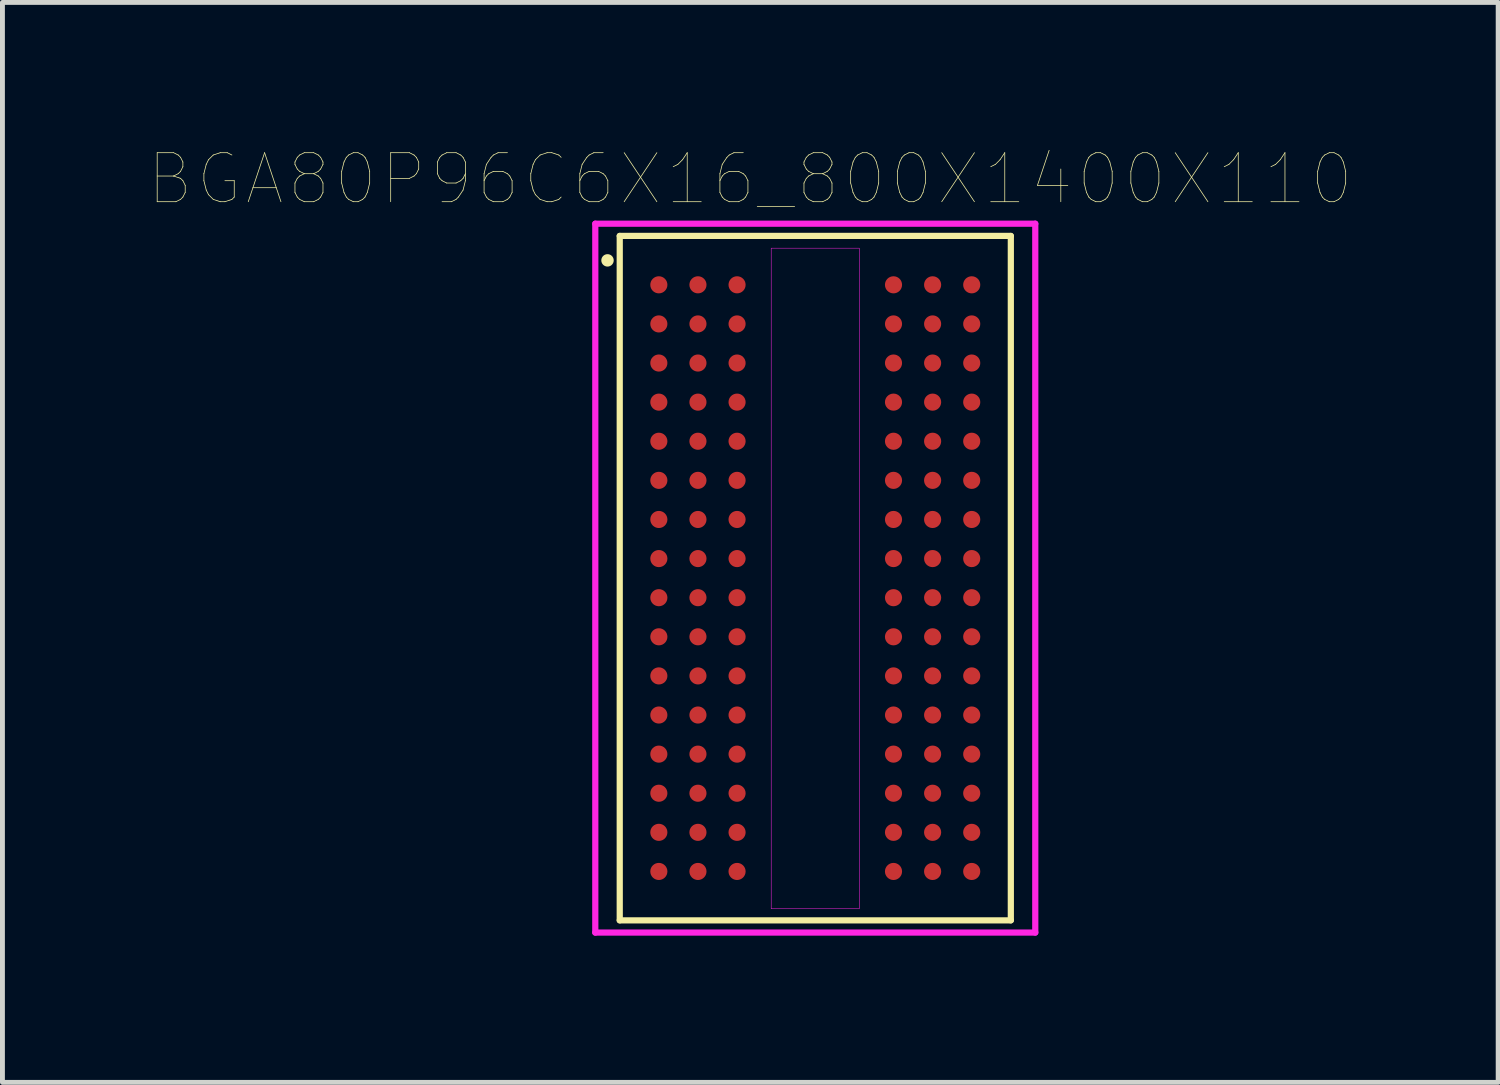
<source format=kicad_pcb>
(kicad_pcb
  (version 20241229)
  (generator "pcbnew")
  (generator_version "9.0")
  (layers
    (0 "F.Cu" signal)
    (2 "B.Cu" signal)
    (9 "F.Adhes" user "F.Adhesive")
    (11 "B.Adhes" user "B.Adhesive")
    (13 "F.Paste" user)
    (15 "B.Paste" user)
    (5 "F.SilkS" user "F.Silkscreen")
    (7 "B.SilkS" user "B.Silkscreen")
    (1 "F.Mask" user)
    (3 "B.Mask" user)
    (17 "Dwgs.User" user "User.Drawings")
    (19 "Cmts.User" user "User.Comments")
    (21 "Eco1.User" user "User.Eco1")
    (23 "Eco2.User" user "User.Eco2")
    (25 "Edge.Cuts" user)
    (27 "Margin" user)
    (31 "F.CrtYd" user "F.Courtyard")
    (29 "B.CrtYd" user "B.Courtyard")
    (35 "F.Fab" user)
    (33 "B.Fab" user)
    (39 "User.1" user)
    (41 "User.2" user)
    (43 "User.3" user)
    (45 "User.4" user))
  (footprint "BGA80P96C6X16_800X1400X110"
    (layer "F.Cu")
    (at 13.627 8.776)
    (property "Reference" "BGA80P96C6X16_800X1400X110" (at -1.33 -8.163 0) (layer "F.SilkS") (effects (font (size 1.003 1.003) (thickness 0.015))))
    (attr through_hole)
    (fp_line (start -4 -7) (end -4 7) (stroke (width 0.127) (type solid)) (layer "F.SilkS"))
    (fp_line (start -4 7) (end 4 7) (stroke (width 0.127) (type solid)) (layer "F.SilkS"))
    (fp_line (start 4 -7) (end -4 -7) (stroke (width 0.127) (type solid)) (layer "F.SilkS"))
    (fp_line (start 4 7) (end 4 -7) (stroke (width 0.127) (type solid)) (layer "F.SilkS"))
    (fp_circle (center -4.25 -6.5) (end -4.123 -6.5) (stroke (width 0) (type solid)) (fill yes) (layer "F.SilkS"))
    (fp_line (start -4.5 -7.25) (end 4.5 -7.25) (stroke (width 0.127) (type solid)) (layer "F.CrtYd"))
    (fp_line (start -4.5 7.25) (end -4.5 -7.25) (stroke (width 0.127) (type solid)) (layer "F.CrtYd"))
    (fp_line (start 4.5 -7.25) (end 4.5 7.25) (stroke (width 0.127) (type solid)) (layer "F.CrtYd"))
    (fp_line (start 4.5 7.25) (end -4.5 7.25) (stroke (width 0.127) (type solid)) (layer "F.CrtYd"))
    (fp_poly (pts (xy -0.902 -6.75) (xy 0.9 -6.75) (xy 0.9 6.763) (xy -0.902 6.763)) (stroke (width 0.01) (type solid)) (fill no) (layer "F.CrtYd"))
    (pad "A1" smd circle (at -3.2 -6) (size 0.35 0.35) (layers "F.Cu" "F.Mask" "F.Paste"))
    (pad "A2" smd circle (at -2.4 -6) (size 0.35 0.35) (layers "F.Cu" "F.Mask" "F.Paste"))
    (pad "A3" smd circle (at -1.6 -6) (size 0.35 0.35) (layers "F.Cu" "F.Mask" "F.Paste"))
    (pad "A7" smd circle (at 1.6 -6) (size 0.35 0.35) (layers "F.Cu" "F.Mask" "F.Paste"))
    (pad "A8" smd circle (at 2.4 -6) (size 0.35 0.35) (layers "F.Cu" "F.Mask" "F.Paste"))
    (pad "A9" smd circle (at 3.2 -6) (size 0.35 0.35) (layers "F.Cu" "F.Mask" "F.Paste"))
    (pad "B1" smd circle (at -3.2 -5.2) (size 0.35 0.35) (layers "F.Cu" "F.Mask" "F.Paste"))
    (pad "B2" smd circle (at -2.4 -5.2) (size 0.35 0.35) (layers "F.Cu" "F.Mask" "F.Paste"))
    (pad "B3" smd circle (at -1.6 -5.2) (size 0.35 0.35) (layers "F.Cu" "F.Mask" "F.Paste"))
    (pad "B7" smd circle (at 1.6 -5.2) (size 0.35 0.35) (layers "F.Cu" "F.Mask" "F.Paste"))
    (pad "B8" smd circle (at 2.4 -5.2) (size 0.35 0.35) (layers "F.Cu" "F.Mask" "F.Paste"))
    (pad "B9" smd circle (at 3.2 -5.2) (size 0.35 0.35) (layers "F.Cu" "F.Mask" "F.Paste"))
    (pad "C1" smd circle (at -3.2 -4.4) (size 0.35 0.35) (layers "F.Cu" "F.Mask" "F.Paste"))
    (pad "C2" smd circle (at -2.4 -4.4) (size 0.35 0.35) (layers "F.Cu" "F.Mask" "F.Paste"))
    (pad "C3" smd circle (at -1.6 -4.4) (size 0.35 0.35) (layers "F.Cu" "F.Mask" "F.Paste"))
    (pad "C7" smd circle (at 1.6 -4.4) (size 0.35 0.35) (layers "F.Cu" "F.Mask" "F.Paste"))
    (pad "C8" smd circle (at 2.4 -4.4) (size 0.35 0.35) (layers "F.Cu" "F.Mask" "F.Paste"))
    (pad "C9" smd circle (at 3.2 -4.4) (size 0.35 0.35) (layers "F.Cu" "F.Mask" "F.Paste"))
    (pad "D1" smd circle (at -3.2 -3.6) (size 0.35 0.35) (layers "F.Cu" "F.Mask" "F.Paste"))
    (pad "D2" smd circle (at -2.4 -3.6) (size 0.35 0.35) (layers "F.Cu" "F.Mask" "F.Paste"))
    (pad "D3" smd circle (at -1.6 -3.6) (size 0.35 0.35) (layers "F.Cu" "F.Mask" "F.Paste"))
    (pad "D7" smd circle (at 1.6 -3.6) (size 0.35 0.35) (layers "F.Cu" "F.Mask" "F.Paste"))
    (pad "D8" smd circle (at 2.4 -3.6) (size 0.35 0.35) (layers "F.Cu" "F.Mask" "F.Paste"))
    (pad "D9" smd circle (at 3.2 -3.6) (size 0.35 0.35) (layers "F.Cu" "F.Mask" "F.Paste"))
    (pad "E1" smd circle (at -3.2 -2.8) (size 0.35 0.35) (layers "F.Cu" "F.Mask" "F.Paste"))
    (pad "E2" smd circle (at -2.4 -2.8) (size 0.35 0.35) (layers "F.Cu" "F.Mask" "F.Paste"))
    (pad "E3" smd circle (at -1.6 -2.8) (size 0.35 0.35) (layers "F.Cu" "F.Mask" "F.Paste"))
    (pad "E7" smd circle (at 1.6 -2.8) (size 0.35 0.35) (layers "F.Cu" "F.Mask" "F.Paste"))
    (pad "E8" smd circle (at 2.4 -2.8) (size 0.35 0.35) (layers "F.Cu" "F.Mask" "F.Paste"))
    (pad "E9" smd circle (at 3.2 -2.8) (size 0.35 0.35) (layers "F.Cu" "F.Mask" "F.Paste"))
    (pad "F1" smd circle (at -3.2 -2) (size 0.35 0.35) (layers "F.Cu" "F.Mask" "F.Paste"))
    (pad "F2" smd circle (at -2.4 -2) (size 0.35 0.35) (layers "F.Cu" "F.Mask" "F.Paste"))
    (pad "F3" smd circle (at -1.6 -2) (size 0.35 0.35) (layers "F.Cu" "F.Mask" "F.Paste"))
    (pad "F7" smd circle (at 1.6 -2) (size 0.35 0.35) (layers "F.Cu" "F.Mask" "F.Paste"))
    (pad "F8" smd circle (at 2.4 -2) (size 0.35 0.35) (layers "F.Cu" "F.Mask" "F.Paste"))
    (pad "F9" smd circle (at 3.2 -2) (size 0.35 0.35) (layers "F.Cu" "F.Mask" "F.Paste"))
    (pad "G1" smd circle (at -3.2 -1.2) (size 0.35 0.35) (layers "F.Cu" "F.Mask" "F.Paste"))
    (pad "G2" smd circle (at -2.4 -1.2) (size 0.35 0.35) (layers "F.Cu" "F.Mask" "F.Paste"))
    (pad "G3" smd circle (at -1.6 -1.2) (size 0.35 0.35) (layers "F.Cu" "F.Mask" "F.Paste"))
    (pad "G7" smd circle (at 1.6 -1.2) (size 0.35 0.35) (layers "F.Cu" "F.Mask" "F.Paste"))
    (pad "G8" smd circle (at 2.4 -1.2) (size 0.35 0.35) (layers "F.Cu" "F.Mask" "F.Paste"))
    (pad "G9" smd circle (at 3.2 -1.2) (size 0.35 0.35) (layers "F.Cu" "F.Mask" "F.Paste"))
    (pad "H1" smd circle (at -3.2 -0.4) (size 0.35 0.35) (layers "F.Cu" "F.Mask" "F.Paste"))
    (pad "H2" smd circle (at -2.4 -0.4) (size 0.35 0.35) (layers "F.Cu" "F.Mask" "F.Paste"))
    (pad "H3" smd circle (at -1.6 -0.4) (size 0.35 0.35) (layers "F.Cu" "F.Mask" "F.Paste"))
    (pad "H7" smd circle (at 1.6 -0.4) (size 0.35 0.35) (layers "F.Cu" "F.Mask" "F.Paste"))
    (pad "H8" smd circle (at 2.4 -0.4) (size 0.35 0.35) (layers "F.Cu" "F.Mask" "F.Paste"))
    (pad "H9" smd circle (at 3.2 -0.4) (size 0.35 0.35) (layers "F.Cu" "F.Mask" "F.Paste"))
    (pad "J1" smd circle (at -3.2 0.4) (size 0.35 0.35) (layers "F.Cu" "F.Mask" "F.Paste"))
    (pad "J2" smd circle (at -2.4 0.4) (size 0.35 0.35) (layers "F.Cu" "F.Mask" "F.Paste"))
    (pad "J3" smd circle (at -1.6 0.4) (size 0.35 0.35) (layers "F.Cu" "F.Mask" "F.Paste"))
    (pad "J7" smd circle (at 1.6 0.4) (size 0.35 0.35) (layers "F.Cu" "F.Mask" "F.Paste"))
    (pad "J8" smd circle (at 2.4 0.4) (size 0.35 0.35) (layers "F.Cu" "F.Mask" "F.Paste"))
    (pad "J9" smd circle (at 3.2 0.4) (size 0.35 0.35) (layers "F.Cu" "F.Mask" "F.Paste"))
    (pad "K1" smd circle (at -3.2 1.2) (size 0.35 0.35) (layers "F.Cu" "F.Mask" "F.Paste"))
    (pad "K2" smd circle (at -2.4 1.2) (size 0.35 0.35) (layers "F.Cu" "F.Mask" "F.Paste"))
    (pad "K3" smd circle (at -1.6 1.2) (size 0.35 0.35) (layers "F.Cu" "F.Mask" "F.Paste"))
    (pad "K7" smd circle (at 1.6 1.2) (size 0.35 0.35) (layers "F.Cu" "F.Mask" "F.Paste"))
    (pad "K8" smd circle (at 2.4 1.2) (size 0.35 0.35) (layers "F.Cu" "F.Mask" "F.Paste"))
    (pad "K9" smd circle (at 3.2 1.2) (size 0.35 0.35) (layers "F.Cu" "F.Mask" "F.Paste"))
    (pad "L1" smd circle (at -3.2 2) (size 0.35 0.35) (layers "F.Cu" "F.Mask" "F.Paste"))
    (pad "L2" smd circle (at -2.4 2) (size 0.35 0.35) (layers "F.Cu" "F.Mask" "F.Paste"))
    (pad "L3" smd circle (at -1.6 2) (size 0.35 0.35) (layers "F.Cu" "F.Mask" "F.Paste"))
    (pad "L7" smd circle (at 1.6 2) (size 0.35 0.35) (layers "F.Cu" "F.Mask" "F.Paste"))
    (pad "L8" smd circle (at 2.4 2) (size 0.35 0.35) (layers "F.Cu" "F.Mask" "F.Paste"))
    (pad "L9" smd circle (at 3.2 2) (size 0.35 0.35) (layers "F.Cu" "F.Mask" "F.Paste"))
    (pad "M1" smd circle (at -3.2 2.8) (size 0.35 0.35) (layers "F.Cu" "F.Mask" "F.Paste"))
    (pad "M2" smd circle (at -2.4 2.8) (size 0.35 0.35) (layers "F.Cu" "F.Mask" "F.Paste"))
    (pad "M3" smd circle (at -1.6 2.8) (size 0.35 0.35) (layers "F.Cu" "F.Mask" "F.Paste"))
    (pad "M7" smd circle (at 1.6 2.8) (size 0.35 0.35) (layers "F.Cu" "F.Mask" "F.Paste"))
    (pad "M8" smd circle (at 2.4 2.8) (size 0.35 0.35) (layers "F.Cu" "F.Mask" "F.Paste"))
    (pad "M9" smd circle (at 3.2 2.8) (size 0.35 0.35) (layers "F.Cu" "F.Mask" "F.Paste"))
    (pad "N1" smd circle (at -3.2 3.6) (size 0.35 0.35) (layers "F.Cu" "F.Mask" "F.Paste"))
    (pad "N2" smd circle (at -2.4 3.6) (size 0.35 0.35) (layers "F.Cu" "F.Mask" "F.Paste"))
    (pad "N3" smd circle (at -1.6 3.6) (size 0.35 0.35) (layers "F.Cu" "F.Mask" "F.Paste"))
    (pad "N7" smd circle (at 1.6 3.6) (size 0.35 0.35) (layers "F.Cu" "F.Mask" "F.Paste"))
    (pad "N8" smd circle (at 2.4 3.6) (size 0.35 0.35) (layers "F.Cu" "F.Mask" "F.Paste"))
    (pad "N9" smd circle (at 3.2 3.6) (size 0.35 0.35) (layers "F.Cu" "F.Mask" "F.Paste"))
    (pad "P1" smd circle (at -3.2 4.4) (size 0.35 0.35) (layers "F.Cu" "F.Mask" "F.Paste"))
    (pad "P2" smd circle (at -2.4 4.4) (size 0.35 0.35) (layers "F.Cu" "F.Mask" "F.Paste"))
    (pad "P3" smd circle (at -1.6 4.4) (size 0.35 0.35) (layers "F.Cu" "F.Mask" "F.Paste"))
    (pad "P7" smd circle (at 1.6 4.4) (size 0.35 0.35) (layers "F.Cu" "F.Mask" "F.Paste"))
    (pad "P8" smd circle (at 2.4 4.4) (size 0.35 0.35) (layers "F.Cu" "F.Mask" "F.Paste"))
    (pad "P9" smd circle (at 3.2 4.4) (size 0.35 0.35) (layers "F.Cu" "F.Mask" "F.Paste"))
    (pad "R1" smd circle (at -3.2 5.2) (size 0.35 0.35) (layers "F.Cu" "F.Mask" "F.Paste"))
    (pad "R2" smd circle (at -2.4 5.2) (size 0.35 0.35) (layers "F.Cu" "F.Mask" "F.Paste"))
    (pad "R3" smd circle (at -1.6 5.2) (size 0.35 0.35) (layers "F.Cu" "F.Mask" "F.Paste"))
    (pad "R7" smd circle (at 1.6 5.2) (size 0.35 0.35) (layers "F.Cu" "F.Mask" "F.Paste"))
    (pad "R8" smd circle (at 2.4 5.2) (size 0.35 0.35) (layers "F.Cu" "F.Mask" "F.Paste"))
    (pad "R9" smd circle (at 3.2 5.2) (size 0.35 0.35) (layers "F.Cu" "F.Mask" "F.Paste"))
    (pad "T1" smd circle (at -3.2 6) (size 0.35 0.35) (layers "F.Cu" "F.Mask" "F.Paste"))
    (pad "T2" smd circle (at -2.4 6) (size 0.35 0.35) (layers "F.Cu" "F.Mask" "F.Paste"))
    (pad "T3" smd circle (at -1.6 6) (size 0.35 0.35) (layers "F.Cu" "F.Mask" "F.Paste"))
    (pad "T7" smd circle (at 1.6 6) (size 0.35 0.35) (layers "F.Cu" "F.Mask" "F.Paste"))
    (pad "T8" smd circle (at 2.4 6) (size 0.35 0.35) (layers "F.Cu" "F.Mask" "F.Paste"))
    (pad "T9" smd circle (at 3.2 6) (size 0.35 0.35) (layers "F.Cu" "F.Mask" "F.Paste")))
  (gr_rect
    (start -3 -3)
    (end 27.596 19.09)
    (stroke (width 0.1) (type default))
    (fill no)
    (layer "Edge.Cuts")))
</source>
